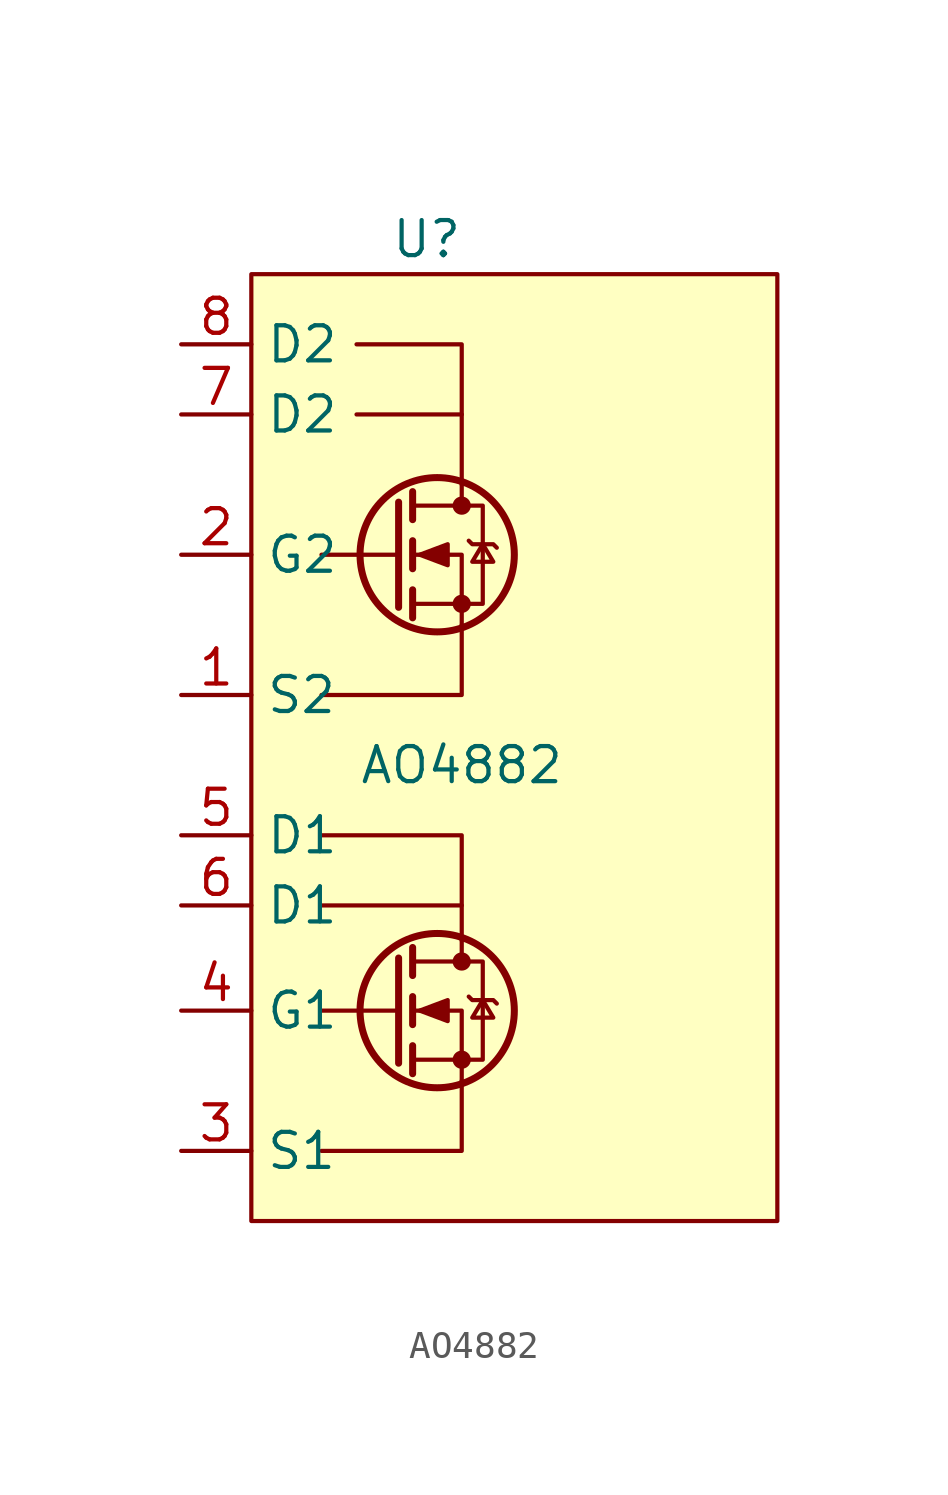
<source format=kicad_sym>
(kicad_symbol_lib
  (version 20211014)
  (generator kicad_symbol_editor)
  (symbol "AO4882"
    (property "Reference" "U"
      (at -1.27 20.32 0)
      (effects (font (size 1.27 1.27))))
    (property "Value" "AO4882"
      (at 0 1.27 0)
      (effects (font (size 1.27 1.27))))
    (symbol "AO4882_0_0"
      (pin passive line (at -10.16 13.97 0) (length 2.54) (name "D2" (effects (font (size 1.27 1.27)))) (number "7" (effects (font (size 1.27 1.27)))))
      (pin passive line (at -10.16 16.51 0) (length 2.54) (name "D2" (effects (font (size 1.27 1.27)))) (number "8" (effects (font (size 1.27 1.27))))))
    (symbol "AO4882_0_1"
      (rectangle (start -7.62 19.05) (end 11.43 -15.24) (stroke (width 0) (type default) (color 0 0 0 0)) (fill (type background)))
      (circle (center -0.889 -7.62) (radius 2.794) (stroke (width 0.254) (type default) (color 0 0 0 0)) (fill (type none)))
      (circle (center -0.889 8.89) (radius 2.794) (stroke (width 0.254) (type default) (color 0 0 0 0)) (fill (type none)))
      (circle (center 0 -9.398) (radius 0.254) (stroke (width 0) (type default) (color 0 0 0 0)) (fill (type outline)))
      (circle (center 0 -5.842) (radius 0.254) (stroke (width 0) (type default) (color 0 0 0 0)) (fill (type outline)))
      (polyline (pts (xy -5.08 -3.81) (xy 0 -3.81)) (stroke (width 0) (type default) (color 0 0 0 0)) (fill (type none)))
      (polyline (pts (xy -3.81 13.97) (xy 0 13.97)) (stroke (width 0) (type default) (color 0 0 0 0)) (fill (type none)))
      (polyline (pts (xy -2.286 -7.62) (xy -5.08 -7.62)) (stroke (width 0) (type default) (color 0 0 0 0)) (fill (type none)))
      (polyline (pts (xy -2.286 -5.715) (xy -2.286 -9.525)) (stroke (width 0.254) (type default) (color 0 0 0 0)) (fill (type none)))
      (polyline (pts (xy -2.286 8.89) (xy -5.08 8.89)) (stroke (width 0) (type default) (color 0 0 0 0)) (fill (type none)))
      (polyline (pts (xy -2.286 10.795) (xy -2.286 6.985)) (stroke (width 0.254) (type default) (color 0 0 0 0)) (fill (type none)))
      (polyline (pts (xy -1.778 -8.89) (xy -1.778 -9.906)) (stroke (width 0.254) (type default) (color 0 0 0 0)) (fill (type none)))
      (polyline (pts (xy -1.778 -7.112) (xy -1.778 -8.128)) (stroke (width 0.254) (type default) (color 0 0 0 0)) (fill (type none)))
      (polyline (pts (xy -1.778 -5.334) (xy -1.778 -6.35)) (stroke (width 0.254) (type default) (color 0 0 0 0)) (fill (type none)))
      (polyline (pts (xy -1.778 7.62) (xy -1.778 6.604)) (stroke (width 0.254) (type default) (color 0 0 0 0)) (fill (type none)))
      (polyline (pts (xy -1.778 9.398) (xy -1.778 8.382)) (stroke (width 0.254) (type default) (color 0 0 0 0)) (fill (type none)))
      (polyline (pts (xy -1.778 11.176) (xy -1.778 10.16)) (stroke (width 0.254) (type default) (color 0 0 0 0)) (fill (type none)))
      (polyline (pts (xy 0 -5.08) (xy 0 -5.842)) (stroke (width 0) (type default) (color 0 0 0 0)) (fill (type none)))
      (polyline (pts (xy 0 11.43) (xy 0 10.668)) (stroke (width 0) (type default) (color 0 0 0 0)) (fill (type none)))
      (polyline (pts (xy -5.08 3.81) (xy 0 3.81) (xy 0 6.35)) (stroke (width 0) (type default) (color 0 0 0 0)) (fill (type none)))
      (polyline (pts (xy 0 -10.16) (xy 0 -12.7) (xy -5.08 -12.7)) (stroke (width 0) (type default) (color 0 0 0 0)) (fill (type none)))
      (polyline (pts (xy 0 -10.16) (xy 0 -7.62) (xy -1.778 -7.62)) (stroke (width 0) (type default) (color 0 0 0 0)) (fill (type none)))
      (polyline (pts (xy 0 -5.08) (xy 0 -1.27) (xy -5.08 -1.27)) (stroke (width 0) (type default) (color 0 0 0 0)) (fill (type none)))
      (polyline (pts (xy 0 6.35) (xy 0 8.89) (xy -1.778 8.89)) (stroke (width 0) (type default) (color 0 0 0 0)) (fill (type none)))
      (polyline (pts (xy 0 11.43) (xy 0 16.51) (xy -3.81 16.51)) (stroke (width 0) (type default) (color 0 0 0 0)) (fill (type none)))
      (polyline (pts (xy -1.778 -9.398) (xy 0.762 -9.398) (xy 0.762 -5.842) (xy -1.778 -5.842)) (stroke (width 0) (type default) (color 0 0 0 0)) (fill (type none)))
      (polyline (pts (xy -1.778 7.112) (xy 0.762 7.112) (xy 0.762 10.668) (xy -1.778 10.668)) (stroke (width 0) (type default) (color 0 0 0 0)) (fill (type none)))
      (polyline (pts (xy -1.524 -7.62) (xy -0.508 -7.239) (xy -0.508 -8.001) (xy -1.524 -7.62)) (stroke (width 0) (type default) (color 0 0 0 0)) (fill (type outline)))
      (polyline (pts (xy -1.524 8.89) (xy -0.508 9.271) (xy -0.508 8.509) (xy -1.524 8.89)) (stroke (width 0) (type default) (color 0 0 0 0)) (fill (type outline)))
      (polyline (pts (xy 0.254 -7.112) (xy 0.381 -7.239) (xy 1.143 -7.239) (xy 1.27 -7.366)) (stroke (width 0) (type default) (color 0 0 0 0)) (fill (type none)))
      (polyline (pts (xy 0.254 9.398) (xy 0.381 9.271) (xy 1.143 9.271) (xy 1.27 9.144)) (stroke (width 0) (type default) (color 0 0 0 0)) (fill (type none)))
      (polyline (pts (xy 0.762 -7.239) (xy 0.381 -7.874) (xy 1.143 -7.874) (xy 0.762 -7.239)) (stroke (width 0) (type default) (color 0 0 0 0)) (fill (type none)))
      (polyline (pts (xy 0.762 9.271) (xy 0.381 8.636) (xy 1.143 8.636) (xy 0.762 9.271)) (stroke (width 0) (type default) (color 0 0 0 0)) (fill (type none)))
      (circle (center 0 7.112) (radius 0.254) (stroke (width 0) (type default) (color 0 0 0 0)) (fill (type outline)))
      (circle (center 0 10.668) (radius 0.254) (stroke (width 0) (type default) (color 0 0 0 0)) (fill (type outline))))
    (symbol "AO4882_1_1"
      (pin passive line (at -10.16 3.81 0) (length 2.54) (name "S2" (effects (font (size 1.27 1.27)))) (number "1" (effects (font (size 1.27 1.27)))))
      (pin passive line (at -10.16 8.89 0) (length 2.54) (name "G2" (effects (font (size 1.27 1.27)))) (number "2" (effects (font (size 1.27 1.27)))))
      (pin input line (at -10.16 -12.7 0) (length 2.54) (name "S1" (effects (font (size 1.27 1.27)))) (number "3" (effects (font (size 1.27 1.27)))))
      (pin input line (at -10.16 -7.62 0) (length 2.54) (name "G1" (effects (font (size 1.27 1.27)))) (number "4" (effects (font (size 1.27 1.27)))))
      (pin passive line (at -10.16 -1.27 0) (length 2.54) (name "D1" (effects (font (size 1.27 1.27)))) (number "5" (effects (font (size 1.27 1.27)))))
      (pin passive line (at -10.16 -3.81 0) (length 2.54) (name "D1" (effects (font (size 1.27 1.27)))) (number "6" (effects (font (size 1.27 1.27))))))))
</source>
